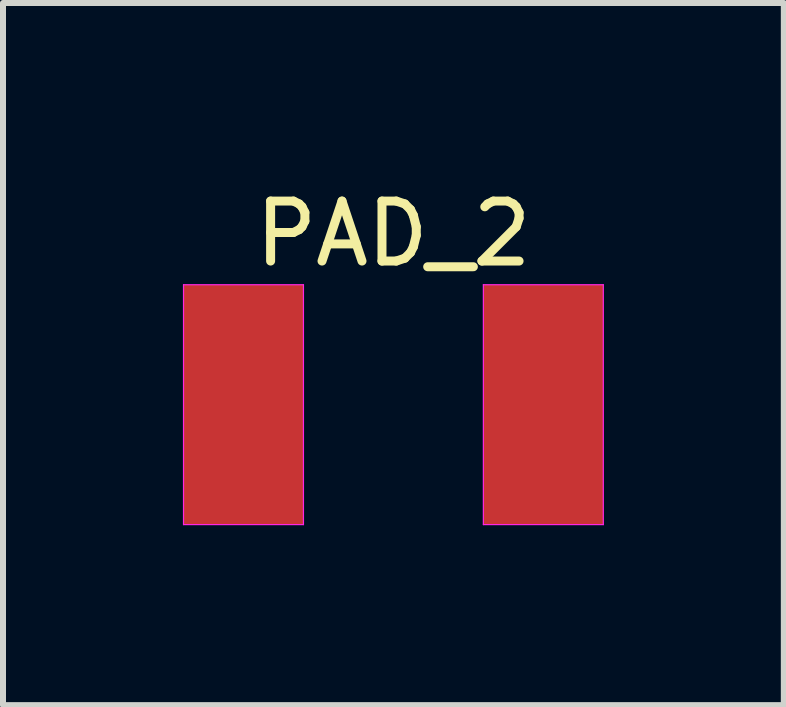
<source format=kicad_pcb>
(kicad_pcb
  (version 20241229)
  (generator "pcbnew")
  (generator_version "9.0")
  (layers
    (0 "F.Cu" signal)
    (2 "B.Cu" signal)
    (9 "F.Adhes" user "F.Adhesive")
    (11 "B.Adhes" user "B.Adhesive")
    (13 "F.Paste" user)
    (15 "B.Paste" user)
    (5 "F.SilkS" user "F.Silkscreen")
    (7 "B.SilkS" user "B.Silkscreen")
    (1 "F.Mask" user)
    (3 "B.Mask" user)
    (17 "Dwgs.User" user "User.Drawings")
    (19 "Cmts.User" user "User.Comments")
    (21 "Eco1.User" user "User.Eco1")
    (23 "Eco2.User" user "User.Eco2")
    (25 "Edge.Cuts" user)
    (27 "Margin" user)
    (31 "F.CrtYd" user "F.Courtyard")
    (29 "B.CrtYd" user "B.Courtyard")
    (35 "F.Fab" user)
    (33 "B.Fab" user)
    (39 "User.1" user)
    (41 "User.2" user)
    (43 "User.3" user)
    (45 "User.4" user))
  (footprint "PAD_2"
    (layer "F.Cu")
    (at 3.51 3.698)
    (property "Reference" "PAD_2" (at 0 -2.85 0) (layer "F.SilkS") (effects (font (size 1 1) (thickness 0.15))))
    (attr smd)
    (fp_line (start -3.5 -2) (end -1.5 -2) (stroke (width 0.02) (type solid)) (layer "F.CrtYd"))
    (fp_line (start -3.5 2) (end -3.5 -2) (stroke (width 0.02) (type solid)) (layer "F.CrtYd"))
    (fp_line (start -1.5 -2) (end -1.5 2) (stroke (width 0.02) (type solid)) (layer "F.CrtYd"))
    (fp_line (start -1.5 2) (end -3.5 2) (stroke (width 0.02) (type solid)) (layer "F.CrtYd"))
    (fp_line (start 1.5 -2) (end 3.5 -2) (stroke (width 0.02) (type solid)) (layer "F.CrtYd"))
    (fp_line (start 1.5 2) (end 1.5 -2) (stroke (width 0.02) (type solid)) (layer "F.CrtYd"))
    (fp_line (start 3.5 -2) (end 3.5 2) (stroke (width 0.02) (type solid)) (layer "F.CrtYd"))
    (fp_line (start 3.5 2) (end 1.5 2) (stroke (width 0.02) (type solid)) (layer "F.CrtYd"))
    (pad "1" smd rect (at -2.5 0 90) (size 4 2) (layers "F.Cu" "F.Mask" "F.Paste"))
    (pad "2" smd rect (at 2.5 0 90) (size 4 2) (layers "F.Cu" "F.Mask" "F.Paste")))
  (gr_rect
    (start -3 -3)
    (end 10.02 8.708)
    (stroke (width 0.1) (type default))
    (fill no)
    (layer "Edge.Cuts")))
</source>
